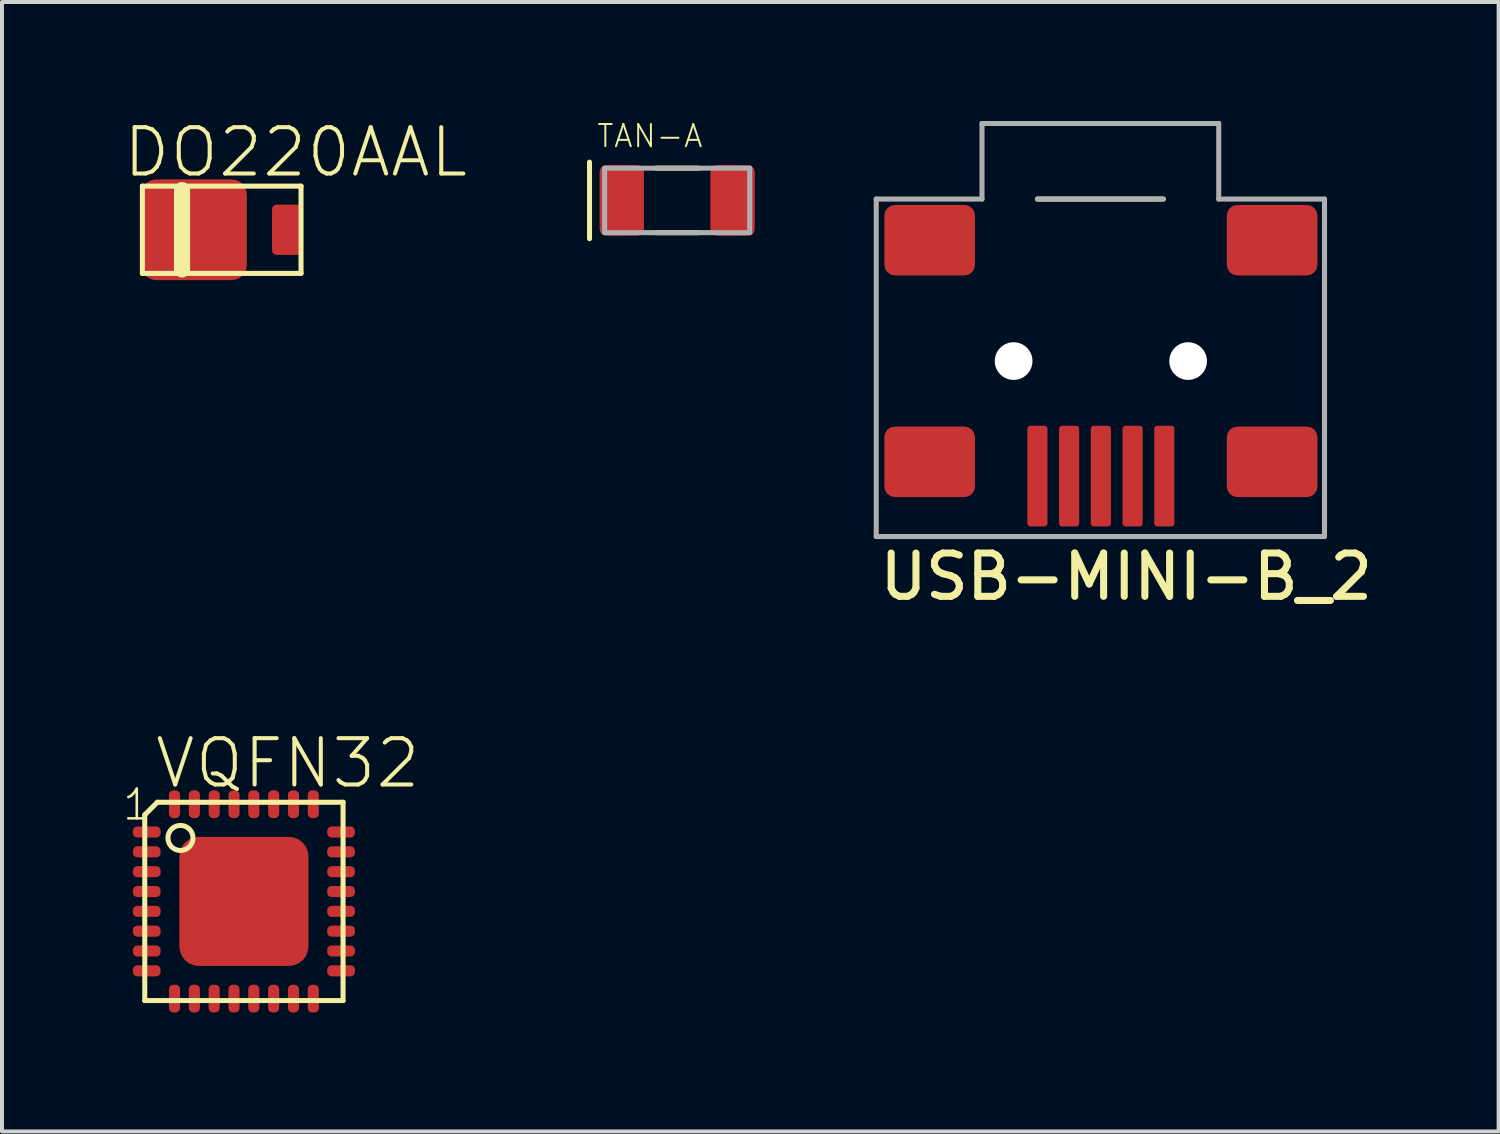
<source format=kicad_pcb>
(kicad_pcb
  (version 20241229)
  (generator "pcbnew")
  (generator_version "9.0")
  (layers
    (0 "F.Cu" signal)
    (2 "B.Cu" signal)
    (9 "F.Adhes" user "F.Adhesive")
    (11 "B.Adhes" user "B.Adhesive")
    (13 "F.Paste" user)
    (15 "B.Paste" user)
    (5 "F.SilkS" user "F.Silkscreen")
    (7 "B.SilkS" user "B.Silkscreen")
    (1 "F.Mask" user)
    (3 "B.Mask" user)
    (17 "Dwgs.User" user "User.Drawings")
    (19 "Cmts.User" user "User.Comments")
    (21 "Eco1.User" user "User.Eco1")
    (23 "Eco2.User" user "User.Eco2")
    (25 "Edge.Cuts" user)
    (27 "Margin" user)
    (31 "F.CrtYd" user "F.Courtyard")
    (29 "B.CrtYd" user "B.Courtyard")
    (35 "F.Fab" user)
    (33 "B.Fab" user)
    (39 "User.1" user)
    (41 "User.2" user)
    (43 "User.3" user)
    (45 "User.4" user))
  (footprint "TAN-A"
    (layer "F.Cu")
    (at 12.627 2.003)
    (property "Reference" "TAN-A" (at -0.66 -1.295 0) (layer "F.SilkS") (effects (font (size 0.561 0.561) (thickness 0.049)) (justify left bottom)))
    (fp_line (start -0.813 -0.965) (end -0.813 0.965) (stroke (width 0.127) (type solid)) (layer "F.SilkS"))
    (fp_line (start 0.864 -0.813) (end 1.93 -0.813) (stroke (width 0.127) (type solid)) (layer "F.SilkS"))
    (fp_line (start 0.864 0.813) (end 1.93 0.813) (stroke (width 0.127) (type solid)) (layer "F.SilkS"))
    (fp_line (start -0.432 -0.813) (end 3.226 -0.813) (stroke (width 0.127) (type solid)) (layer "F.Fab"))
    (fp_line (start -0.432 0.813) (end -0.432 -0.813) (stroke (width 0.127) (type solid)) (layer "F.Fab"))
    (fp_line (start 3.226 -0.813) (end 3.226 0.813) (stroke (width 0.127) (type solid)) (layer "F.Fab"))
    (fp_line (start 3.226 0.813) (end -0.432 0.813) (stroke (width 0.127) (type solid)) (layer "F.Fab"))
    (pad "1" smd roundrect (at 0 0) (size 1.118 1.778) (layers "F.Cu" "F.Mask" "F.Paste") (roundrect_rratio 0.15))
    (pad "2" smd roundrect (at 2.794 0) (size 1.118 1.778) (layers "F.Cu" "F.Mask" "F.Paste") (roundrect_rratio 0.15)))
  (footprint "USB-MINI-B_2"
    (layer "F.Cu")
    (at 23.107 8.954)
    (property "Reference" "USB-MINI-B_2" (at -4.064 3.175 0) (layer "F.SilkS") (effects (font (size 1.092 1.092) (thickness 0.178)) (justify left bottom)))
    (fp_line (start 0 -6.985) (end 3.175 -6.985) (stroke (width 0.127) (type solid)) (layer "F.SilkS"))
    (fp_line (start -4.064 -6.985) (end -1.397 -6.985) (stroke (width 0.127) (type solid)) (layer "F.Fab"))
    (fp_line (start -4.064 1.524) (end -4.064 -6.985) (stroke (width 0.127) (type solid)) (layer "F.Fab"))
    (fp_line (start -1.397 -8.89) (end 4.572 -8.89) (stroke (width 0.127) (type solid)) (layer "F.Fab"))
    (fp_line (start -1.397 -6.985) (end -1.397 -8.89) (stroke (width 0.127) (type solid)) (layer "F.Fab"))
    (fp_line (start 0 -6.985) (end 3.175 -6.985) (stroke (width 0.127) (type solid)) (layer "F.Fab"))
    (fp_line (start 4.572 -8.89) (end 4.572 -6.985) (stroke (width 0.127) (type solid)) (layer "F.Fab"))
    (fp_line (start 4.572 -6.985) (end 7.239 -6.985) (stroke (width 0.127) (type solid)) (layer "F.Fab"))
    (fp_line (start 7.239 -6.985) (end 7.239 1.524) (stroke (width 0.127) (type solid)) (layer "F.Fab"))
    (fp_line (start 7.239 1.524) (end -4.064 1.524) (stroke (width 0.127) (type solid)) (layer "F.Fab"))
    (pad "" np_thru_hole circle (at -0.6 -2.9) (size 0.95 0.95) (drill 0.95) (layers "*.Cu" "*.Mask"))
    (pad "" np_thru_hole circle (at 3.8 -2.9) (size 0.95 0.95) (drill 0.95) (layers "*.Cu" "*.Mask"))
    (pad "1" smd roundrect (at 0 0 90) (size 2.54 0.508) (layers "F.Cu" "F.Mask" "F.Paste") (roundrect_rratio 0.15))
    (pad "2" smd roundrect (at 0.8 0 90) (size 2.54 0.508) (layers "F.Cu" "F.Mask" "F.Paste") (roundrect_rratio 0.15))
    (pad "3" smd roundrect (at 1.6 0 90) (size 2.54 0.508) (layers "F.Cu" "F.Mask" "F.Paste") (roundrect_rratio 0.15))
    (pad "4" smd roundrect (at 2.4 0 90) (size 2.54 0.508) (layers "F.Cu" "F.Mask" "F.Paste") (roundrect_rratio 0.15))
    (pad "5" smd roundrect (at 3.2 0 90) (size 2.54 0.508) (layers "F.Cu" "F.Mask" "F.Paste") (roundrect_rratio 0.15))
    (pad "6" smd roundrect (at -2.717 -5.948 90) (size 1.778 2.286) (layers "F.Cu" "F.Mask" "F.Paste") (roundrect_rratio 0.15))
    (pad "7" smd roundrect (at -2.717 -0.36 90) (size 1.778 2.286) (layers "F.Cu" "F.Mask" "F.Paste") (roundrect_rratio 0.15))
    (pad "8" smd roundrect (at 5.918 -0.36 90) (size 1.778 2.286) (layers "F.Cu" "F.Mask" "F.Paste") (roundrect_rratio 0.15))
    (pad "9" smd roundrect (at 5.918 -5.948 90) (size 1.778 2.286) (layers "F.Cu" "F.Mask" "F.Paste") (roundrect_rratio 0.15)))
  (footprint "VQFN32"
    (layer "F.Cu")
    (at 3.1 19.678)
    (property "Reference" "VQFN32" (at -2.3 -2.8 0) (layer "F.SilkS") (effects (font (size 1.168 1.168) (thickness 0.102)) (justify left bottom)))
    (fp_poly (pts (xy 0.232 -1.313) (xy 0.456 -1.253) (xy 0.667 -1.155) (xy 0.857 -1.022) (xy 1.022 -0.857) (xy 1.155 -0.667) (xy 1.254 -0.454) (xy 1.334 -0.003) (xy 1.313 0.232) (xy 1.253 0.456) (xy 1.155 0.667) (xy 1.022 0.857) (xy 0.857 1.022) (xy 0.667 1.155) (xy 0.456 1.253) (xy 0.232 1.313) (xy 0 1.334) (xy -0.232 1.313) (xy -0.456 1.253) (xy -0.667 1.155) (xy -0.857 1.022) (xy -1.022 0.857) (xy -1.155 0.667) (xy -1.253 0.456) (xy -1.313 0.232) (xy -1.334 0) (xy -1.313 -0.232) (xy -1.253 -0.456) (xy -1.155 -0.667) (xy -1.022 -0.857) (xy -0.857 -1.022) (xy -0.667 -1.155) (xy -0.456 -1.253) (xy -0.232 -1.313) (xy 0 -1.334)) (stroke (width 0) (type solid)) (fill yes) (layer "F.Mask"))
    (fp_line (start -2.5 -2.183) (end -2.5 2.5) (stroke (width 0.127) (type solid)) (layer "F.SilkS"))
    (fp_line (start -2.5 2.5) (end 2.5 2.5) (stroke (width 0.127) (type solid)) (layer "F.SilkS"))
    (fp_line (start -2.183 -2.5) (end -2.5 -2.183) (stroke (width 0.127) (type solid)) (layer "F.SilkS"))
    (fp_line (start 2.5 -2.5) (end -2.183 -2.5) (stroke (width 0.127) (type solid)) (layer "F.SilkS"))
    (fp_line (start 2.5 2.5) (end 2.5 -2.5) (stroke (width 0.127) (type solid)) (layer "F.SilkS"))
    (fp_circle (center -1.6 -1.6) (end -1.284 -1.6) (stroke (width 0.127) (type solid)) (fill no) (layer "F.SilkS"))
    (fp_poly (pts (xy -0.635 0.635) (xy 0.635 0.635) (xy 0.635 -0.635) (xy -0.635 -0.635)) (stroke (width 0) (type solid)) (fill yes) (layer "F.Paste"))
    (fp_text user "1" (at -3.1 -2 0) (layer "F.SilkS") (effects (font (size 0.748 0.748) (thickness 0.065)) (justify left bottom)))
    (pad "1" smd roundrect (at -2.45 -1.75 90) (size 0.28 0.7) (layers "F.Cu" "F.Mask" "F.Paste") (roundrect_rratio 0.4))
    (pad "2" smd roundrect (at -2.45 -1.25 90) (size 0.28 0.7) (layers "F.Cu" "F.Mask" "F.Paste") (roundrect_rratio 0.4))
    (pad "3" smd roundrect (at -2.45 -0.75 90) (size 0.28 0.7) (layers "F.Cu" "F.Mask" "F.Paste") (roundrect_rratio 0.4))
    (pad "4" smd roundrect (at -2.45 -0.25 90) (size 0.28 0.7) (layers "F.Cu" "F.Mask" "F.Paste") (roundrect_rratio 0.4))
    (pad "5" smd roundrect (at -2.45 0.25 90) (size 0.28 0.7) (layers "F.Cu" "F.Mask" "F.Paste") (roundrect_rratio 0.4))
    (pad "6" smd roundrect (at -2.45 0.75 90) (size 0.28 0.7) (layers "F.Cu" "F.Mask" "F.Paste") (roundrect_rratio 0.4))
    (pad "7" smd roundrect (at -2.45 1.25 90) (size 0.28 0.7) (layers "F.Cu" "F.Mask" "F.Paste") (roundrect_rratio 0.4))
    (pad "8" smd roundrect (at -2.45 1.75 90) (size 0.28 0.7) (layers "F.Cu" "F.Mask" "F.Paste") (roundrect_rratio 0.4))
    (pad "9" smd roundrect (at -1.75 2.45 180) (size 0.28 0.7) (layers "F.Cu" "F.Mask" "F.Paste") (roundrect_rratio 0.4))
    (pad "10" smd roundrect (at -1.25 2.45 180) (size 0.28 0.7) (layers "F.Cu" "F.Mask" "F.Paste") (roundrect_rratio 0.4))
    (pad "11" smd roundrect (at -0.75 2.45 180) (size 0.28 0.7) (layers "F.Cu" "F.Mask" "F.Paste") (roundrect_rratio 0.4))
    (pad "12" smd roundrect (at -0.25 2.45 180) (size 0.28 0.7) (layers "F.Cu" "F.Mask" "F.Paste") (roundrect_rratio 0.4))
    (pad "13" smd roundrect (at 0.25 2.45 180) (size 0.28 0.7) (layers "F.Cu" "F.Mask" "F.Paste") (roundrect_rratio 0.4))
    (pad "14" smd roundrect (at 0.75 2.45 180) (size 0.28 0.7) (layers "F.Cu" "F.Mask" "F.Paste") (roundrect_rratio 0.4))
    (pad "15" smd roundrect (at 1.25 2.45 180) (size 0.28 0.7) (layers "F.Cu" "F.Mask" "F.Paste") (roundrect_rratio 0.4))
    (pad "16" smd roundrect (at 1.75 2.45 180) (size 0.28 0.7) (layers "F.Cu" "F.Mask" "F.Paste") (roundrect_rratio 0.4))
    (pad "17" smd roundrect (at 2.45 1.75 90) (size 0.28 0.7) (layers "F.Cu" "F.Mask" "F.Paste") (roundrect_rratio 0.4))
    (pad "18" smd roundrect (at 2.45 1.25 90) (size 0.28 0.7) (layers "F.Cu" "F.Mask" "F.Paste") (roundrect_rratio 0.4))
    (pad "19" smd roundrect (at 2.45 0.75 90) (size 0.28 0.7) (layers "F.Cu" "F.Mask" "F.Paste") (roundrect_rratio 0.4))
    (pad "20" smd roundrect (at 2.45 0.25 90) (size 0.28 0.7) (layers "F.Cu" "F.Mask" "F.Paste") (roundrect_rratio 0.4))
    (pad "21" smd roundrect (at 2.45 -0.25 90) (size 0.28 0.7) (layers "F.Cu" "F.Mask" "F.Paste") (roundrect_rratio 0.4))
    (pad "22" smd roundrect (at 2.45 -0.75 90) (size 0.28 0.7) (layers "F.Cu" "F.Mask" "F.Paste") (roundrect_rratio 0.4))
    (pad "23" smd roundrect (at 2.45 -1.25 90) (size 0.28 0.7) (layers "F.Cu" "F.Mask" "F.Paste") (roundrect_rratio 0.4))
    (pad "24" smd roundrect (at 2.45 -1.75 90) (size 0.28 0.7) (layers "F.Cu" "F.Mask" "F.Paste") (roundrect_rratio 0.4))
    (pad "25" smd roundrect (at 1.75 -2.45 180) (size 0.28 0.7) (layers "F.Cu" "F.Mask" "F.Paste") (roundrect_rratio 0.4))
    (pad "26" smd roundrect (at 1.25 -2.45 180) (size 0.28 0.7) (layers "F.Cu" "F.Mask" "F.Paste") (roundrect_rratio 0.4))
    (pad "27" smd roundrect (at 0.75 -2.45 180) (size 0.28 0.7) (layers "F.Cu" "F.Mask" "F.Paste") (roundrect_rratio 0.4))
    (pad "28" smd roundrect (at 0.25 -2.45 180) (size 0.28 0.7) (layers "F.Cu" "F.Mask" "F.Paste") (roundrect_rratio 0.4))
    (pad "29" smd roundrect (at -0.25 -2.45 180) (size 0.28 0.7) (layers "F.Cu" "F.Mask" "F.Paste") (roundrect_rratio 0.4))
    (pad "30" smd roundrect (at -0.75 -2.45 180) (size 0.28 0.7) (layers "F.Cu" "F.Mask" "F.Paste") (roundrect_rratio 0.4))
    (pad "31" smd roundrect (at -1.25 -2.45 180) (size 0.28 0.7) (layers "F.Cu" "F.Mask" "F.Paste") (roundrect_rratio 0.4))
    (pad "32" smd roundrect (at -1.75 -2.45 180) (size 0.28 0.7) (layers "F.Cu" "F.Mask" "F.Paste") (roundrect_rratio 0.4))
    (pad "33" smd roundrect (at 0 0 180) (size 3.254 3.254) (layers "F.Cu") (roundrect_rratio 0.15)))
  (footprint "DO220AAL"
    (layer "F.Cu")
    (at 2.54 2.743)
    (property "Reference" "DO220AAL" (at -2.54 -1.27 0) (layer "F.SilkS") (effects (font (size 1.168 1.168) (thickness 0.102)) (justify left bottom)))
    (fp_line (start -2 -1.1) (end -2 1.1) (stroke (width 0.127) (type solid)) (layer "F.SilkS"))
    (fp_line (start -2 1.1) (end 2 1.1) (stroke (width 0.127) (type solid)) (layer "F.SilkS"))
    (fp_line (start -1 -1) (end -1 1) (stroke (width 0.406) (type solid)) (layer "F.SilkS"))
    (fp_line (start 2 -1.1) (end -2 -1.1) (stroke (width 0.127) (type solid)) (layer "F.SilkS"))
    (fp_line (start 2 1.1) (end 2 -1.1) (stroke (width 0.127) (type solid)) (layer "F.SilkS"))
    (pad "P$1" smd roundrect (at -0.7 0 90) (size 2.54 2.667) (layers "F.Cu" "F.Mask" "F.Paste") (roundrect_rratio 0.15))
    (pad "P$2" smd roundrect (at 1.65 0 180) (size 0.762 1.27) (layers "F.Cu" "F.Mask" "F.Paste") (roundrect_rratio 0.15)))
  (gr_rect
    (start -3 -3)
    (end 34.736 25.478)
    (stroke (width 0.1) (type default))
    (fill no)
    (layer "Edge.Cuts")))
</source>
